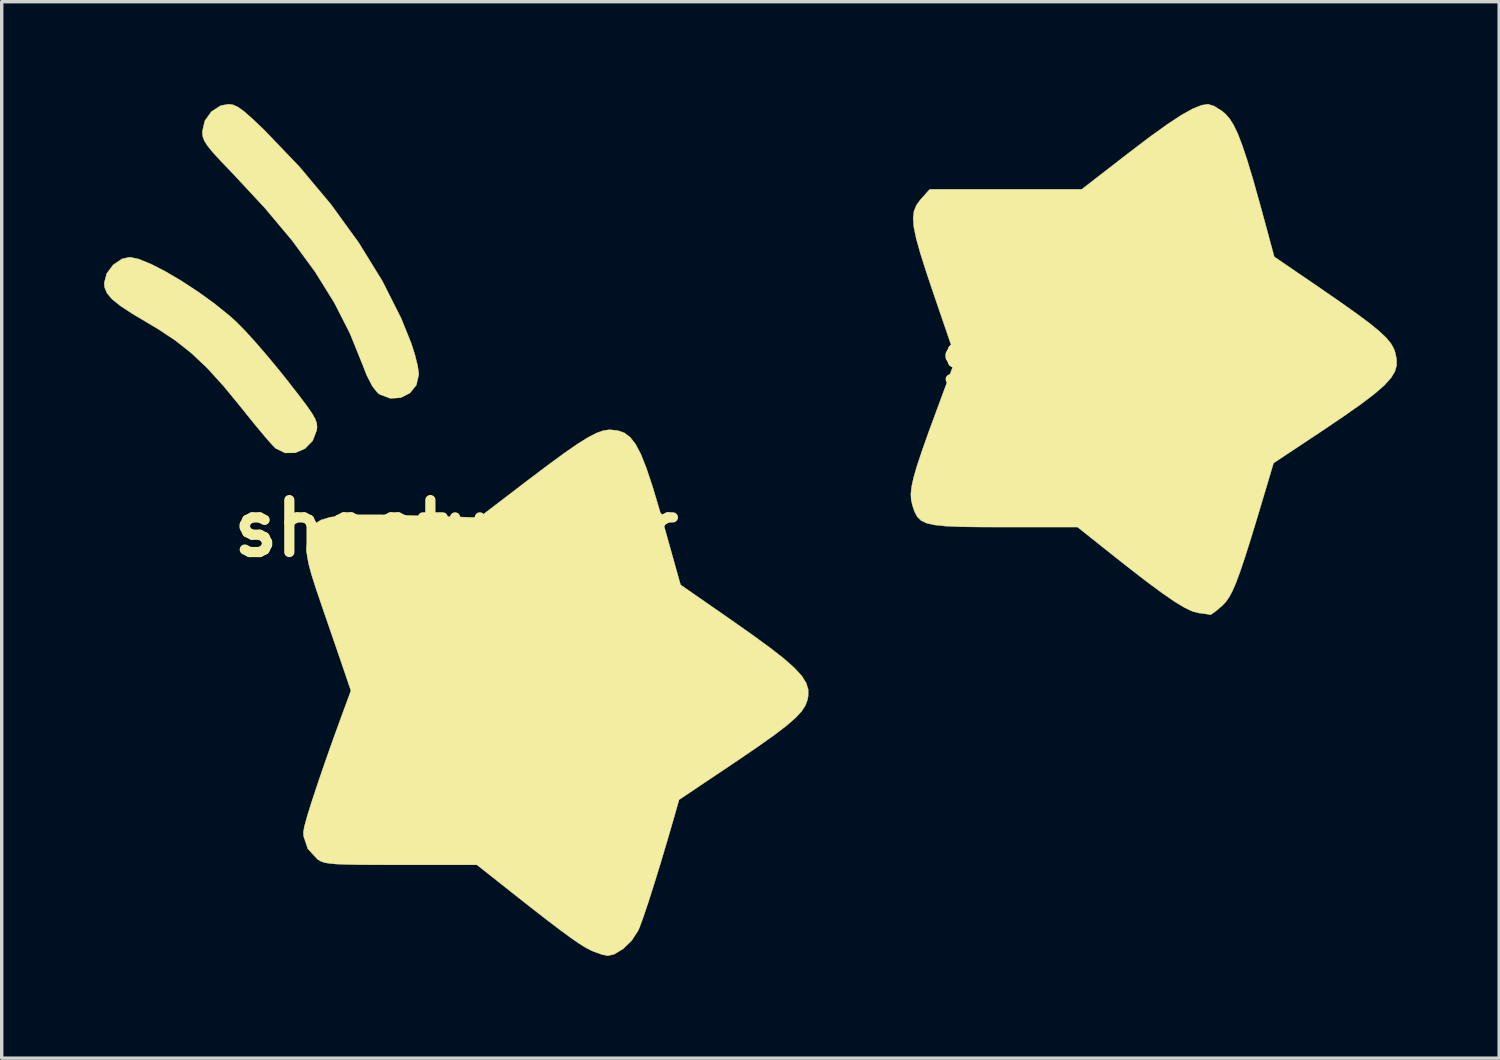
<source format=kicad_pcb>
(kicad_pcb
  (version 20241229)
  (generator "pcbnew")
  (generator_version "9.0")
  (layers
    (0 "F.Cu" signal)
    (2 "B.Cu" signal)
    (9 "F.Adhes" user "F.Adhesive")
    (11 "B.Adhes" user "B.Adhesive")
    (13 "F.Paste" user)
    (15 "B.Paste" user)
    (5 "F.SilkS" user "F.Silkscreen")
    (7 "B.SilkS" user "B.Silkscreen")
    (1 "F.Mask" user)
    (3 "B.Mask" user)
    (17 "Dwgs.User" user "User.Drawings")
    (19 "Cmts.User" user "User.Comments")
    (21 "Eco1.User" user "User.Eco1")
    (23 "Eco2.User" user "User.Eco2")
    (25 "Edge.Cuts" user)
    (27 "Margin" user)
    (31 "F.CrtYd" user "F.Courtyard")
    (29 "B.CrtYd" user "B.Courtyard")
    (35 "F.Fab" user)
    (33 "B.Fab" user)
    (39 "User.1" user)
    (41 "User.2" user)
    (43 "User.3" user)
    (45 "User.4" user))
  (footprint "shooty_star"
    (layer "F.Cu")
    (at 10.334 12.451)
    (property "Reference" "shooty_star" (at 0 0 0) (layer "F.SilkS") (effects (font (size 1.524 1.524) (thickness 0.3))))
    (attr through_hole)
    (fp_poly (pts (xy -6.552 -12.429) (xy -6.408 -12.364) (xy -6.226 -12.234) (xy -5.982 -12.019) (xy -5.649 -11.701) (xy -5.61 -11.663) (xy -4.597 -10.605) (xy -3.676 -9.505) (xy -2.863 -8.383) (xy -2.171 -7.261) (xy -1.615 -6.159) (xy -1.323 -5.435) (xy -1.214 -5.092) (xy -1.134 -4.77) (xy -1.101 -4.535) (xy -1.101 -4.521) (xy -1.173 -4.206) (xy -1.363 -3.972) (xy -1.631 -3.836) (xy -1.937 -3.817) (xy -2.242 -3.931) (xy -2.305 -3.976) (xy -2.459 -4.165) (xy -2.625 -4.486) (xy -2.749 -4.801) (xy -3.122 -5.725) (xy -3.582 -6.627) (xy -4.141 -7.526) (xy -4.813 -8.442) (xy -5.611 -9.394) (xy -6.533 -10.386) (xy -6.885 -10.753) (xy -7.135 -11.024) (xy -7.298 -11.224) (xy -7.394 -11.376) (xy -7.439 -11.505) (xy -7.451 -11.634) (xy -7.451 -11.642) (xy -7.377 -11.96) (xy -7.183 -12.229) (xy -6.911 -12.403) (xy -6.684 -12.446) (xy -6.552 -12.429)) (stroke (width 0.01) (type solid)) (fill yes) (layer "F.SilkS"))
    (fp_poly (pts (xy -9.323 -7.906) (xy -8.964 -7.761) (xy -8.533 -7.54) (xy -8.059 -7.261) (xy -7.568 -6.939) (xy -7.09 -6.594) (xy -6.653 -6.241) (xy -6.451 -6.059) (xy -6.209 -5.814) (xy -5.896 -5.47) (xy -5.545 -5.063) (xy -5.186 -4.629) (xy -4.974 -4.364) (xy -4.641 -3.937) (xy -4.4 -3.619) (xy -4.237 -3.386) (xy -4.14 -3.217) (xy -4.094 -3.087) (xy -4.085 -2.973) (xy -4.095 -2.883) (xy -4.215 -2.571) (xy -4.438 -2.344) (xy -4.721 -2.22) (xy -5.024 -2.217) (xy -5.301 -2.351) (xy -5.415 -2.468) (xy -5.61 -2.691) (xy -5.862 -2.992) (xy -6.147 -3.344) (xy -6.282 -3.514) (xy -6.813 -4.162) (xy -7.294 -4.692) (xy -7.756 -5.131) (xy -8.232 -5.509) (xy -8.752 -5.854) (xy -9.002 -6.002) (xy -9.495 -6.295) (xy -9.855 -6.531) (xy -10.099 -6.728) (xy -10.247 -6.903) (xy -10.317 -7.071) (xy -10.329 -7.198) (xy -10.255 -7.48) (xy -10.064 -7.734) (xy -9.805 -7.909) (xy -9.581 -7.959) (xy -9.323 -7.906)) (stroke (width 0.01) (type solid)) (fill yes) (layer "F.SilkS"))
    (fp_poly (pts (xy 4.514 -2.896) (xy 4.736 -2.873) (xy 4.928 -2.806) (xy 5.098 -2.678) (xy 5.257 -2.475) (xy 5.412 -2.181) (xy 5.572 -1.778) (xy 5.748 -1.253) (xy 5.947 -0.587) (xy 6.083 -0.107) (xy 6.576 1.651) (xy 8.008 2.645) (xy 8.671 3.111) (xy 9.203 3.499) (xy 9.616 3.822) (xy 9.922 4.094) (xy 10.133 4.325) (xy 10.261 4.531) (xy 10.32 4.722) (xy 10.319 4.912) (xy 10.296 5.031) (xy 10.235 5.194) (xy 10.124 5.364) (xy 9.946 5.554) (xy 9.688 5.779) (xy 9.333 6.05) (xy 8.867 6.381) (xy 8.274 6.786) (xy 8.169 6.857) (xy 6.532 7.955) (xy 6.393 8.444) (xy 6.189 9.147) (xy 5.989 9.817) (xy 5.8 10.429) (xy 5.631 10.961) (xy 5.487 11.388) (xy 5.377 11.689) (xy 5.332 11.794) (xy 5.144 12.083) (xy 4.892 12.328) (xy 4.625 12.488) (xy 4.44 12.529) (xy 4.263 12.492) (xy 4.019 12.404) (xy 3.937 12.367) (xy 3.785 12.287) (xy 3.598 12.171) (xy 3.361 12.007) (xy 3.058 11.785) (xy 2.673 11.493) (xy 2.192 11.119) (xy 1.598 10.651) (xy 1.459 10.541) (xy 0.602 9.864) (xy -1.625 9.864) (xy -2.3 9.863) (xy -2.827 9.86) (xy -3.227 9.853) (xy -3.52 9.841) (xy -3.729 9.822) (xy -3.874 9.796) (xy -3.975 9.759) (xy -4.056 9.712) (xy -4.079 9.694) (xy -4.356 9.394) (xy -4.481 9.024) (xy -4.487 8.905) (xy -4.458 8.742) (xy -4.375 8.438) (xy -4.243 8.013) (xy -4.069 7.486) (xy -3.859 6.874) (xy -3.62 6.196) (xy -3.356 5.47) (xy -3.332 5.405) (xy -3.093 4.757) (xy -3.275 4.22) (xy -3.365 3.956) (xy -3.497 3.572) (xy -3.656 3.11) (xy -3.828 2.609) (xy -3.939 2.289) (xy -4.121 1.751) (xy -4.251 1.342) (xy -4.333 1.034) (xy -4.377 0.798) (xy -4.388 0.604) (xy -4.382 0.489) (xy -4.344 0.232) (xy -4.275 0.027) (xy -4.156 -0.132) (xy -3.973 -0.25) (xy -3.707 -0.331) (xy -3.342 -0.381) (xy -2.862 -0.403) (xy -2.249 -0.403) (xy -1.487 -0.386) (xy -1.34 -0.382) (xy 0.664 -0.321) (xy 2.072 -1.397) (xy 2.676 -1.853) (xy 3.165 -2.212) (xy 3.557 -2.483) (xy 3.869 -2.677) (xy 4.116 -2.804) (xy 4.315 -2.874) (xy 4.483 -2.897) (xy 4.514 -2.896)) (stroke (width 0.01) (type solid)) (fill yes) (layer "F.SilkS")))
  (footprint "star_single"
    (layer "F.Cu")
    (at 30.748 7.456)
    (property "Reference" "star_single" (at 0 0 0) (layer "F.SilkS") (effects (font (size 1.524 1.524) (thickness 0.3))))
    (attr through_hole)
    (fp_poly (pts (xy 1.81 -7.395) (xy 2.034 -7.255) (xy 2.135 -7.171) (xy 2.258 -7.035) (xy 2.378 -6.847) (xy 2.502 -6.591) (xy 2.634 -6.249) (xy 2.782 -5.805) (xy 2.952 -5.242) (xy 3.149 -4.542) (xy 3.307 -3.964) (xy 3.574 -2.975) (xy 4.853 -2.102) (xy 5.479 -1.67) (xy 5.977 -1.317) (xy 6.363 -1.03) (xy 6.651 -0.795) (xy 6.857 -0.601) (xy 6.995 -0.434) (xy 7.081 -0.282) (xy 7.115 -0.188) (xy 7.161 0.015) (xy 7.165 0.203) (xy 7.114 0.387) (xy 6.996 0.581) (xy 6.8 0.797) (xy 6.513 1.046) (xy 6.123 1.343) (xy 5.618 1.698) (xy 4.987 2.125) (xy 4.676 2.331) (xy 3.553 3.077) (xy 3.337 3.803) (xy 3.094 4.616) (xy 2.891 5.283) (xy 2.721 5.82) (xy 2.579 6.244) (xy 2.458 6.571) (xy 2.353 6.817) (xy 2.256 7) (xy 2.162 7.136) (xy 2.065 7.242) (xy 2.05 7.256) (xy 1.864 7.415) (xy 1.732 7.51) (xy 1.698 7.522) (xy 1.59 7.503) (xy 1.387 7.476) (xy 1.357 7.473) (xy 1.178 7.426) (xy 0.947 7.317) (xy 0.65 7.138) (xy 0.274 6.879) (xy -0.196 6.531) (xy -0.771 6.085) (xy -1.12 5.81) (xy -2.197 4.953) (xy -4.337 4.953) (xy -5.055 4.951) (xy -5.624 4.944) (xy -6.062 4.925) (xy -6.389 4.891) (xy -6.624 4.838) (xy -6.787 4.759) (xy -6.896 4.651) (xy -6.972 4.509) (xy -7.034 4.329) (xy -7.04 4.308) (xy -7.075 4.151) (xy -7.084 3.977) (xy -7.062 3.766) (xy -7.003 3.498) (xy -6.903 3.152) (xy -6.755 2.709) (xy -6.556 2.148) (xy -6.307 1.471) (xy -5.767 0.012) (xy -6.397 -1.831) (xy -6.63 -2.522) (xy -6.805 -3.074) (xy -6.927 -3.509) (xy -6.997 -3.847) (xy -7.018 -4.108) (xy -6.993 -4.313) (xy -6.925 -4.482) (xy -6.816 -4.635) (xy -6.78 -4.676) (xy -6.532 -4.953) (xy -2.074 -4.953) (xy -0.729 -5.995) (xy -0.097 -6.476) (xy 0.424 -6.851) (xy 0.844 -7.128) (xy 1.179 -7.315) (xy 1.44 -7.42) (xy 1.632 -7.451) (xy 1.81 -7.395)) (stroke (width 0.01) (type solid)) (fill yes) (layer "F.SilkS")))
  (gr_rect
    (start -3 -3)
    (end 40.918 27.985)
    (stroke (width 0.1) (type default))
    (fill no)
    (layer "Edge.Cuts")))
</source>
